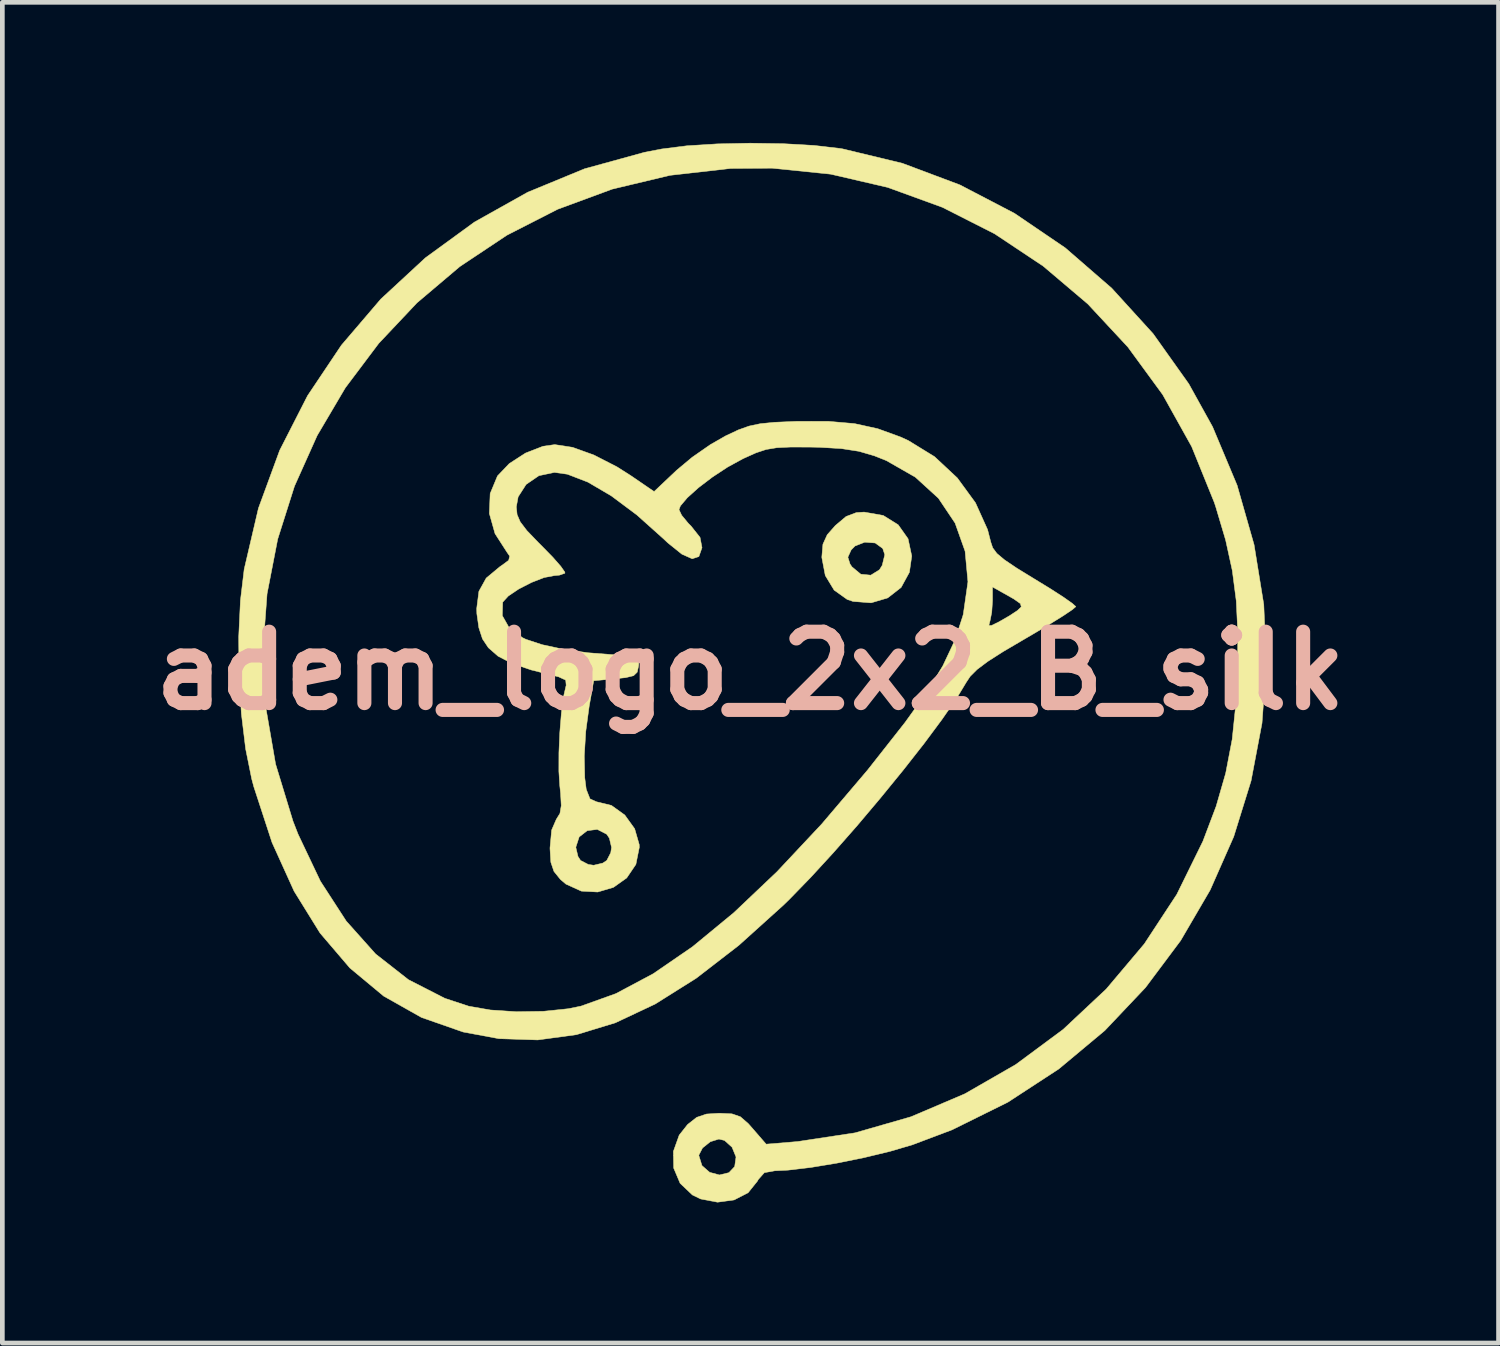
<source format=kicad_pcb>
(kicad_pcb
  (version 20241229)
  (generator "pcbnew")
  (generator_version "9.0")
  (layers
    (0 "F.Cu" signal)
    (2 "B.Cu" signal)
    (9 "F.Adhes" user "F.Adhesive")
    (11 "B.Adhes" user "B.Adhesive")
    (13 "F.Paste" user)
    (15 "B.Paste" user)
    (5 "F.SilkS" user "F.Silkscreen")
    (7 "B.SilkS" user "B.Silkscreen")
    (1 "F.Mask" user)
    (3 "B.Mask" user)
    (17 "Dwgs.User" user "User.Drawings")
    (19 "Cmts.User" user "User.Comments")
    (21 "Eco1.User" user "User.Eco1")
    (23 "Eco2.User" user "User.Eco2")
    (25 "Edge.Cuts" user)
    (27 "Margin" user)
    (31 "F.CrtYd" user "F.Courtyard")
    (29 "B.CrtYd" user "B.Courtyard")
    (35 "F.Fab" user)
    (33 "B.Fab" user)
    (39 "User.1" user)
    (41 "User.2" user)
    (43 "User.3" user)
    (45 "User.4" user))
  (footprint "adem_logo_2x2_B_silk"
    (layer "F.Cu")
    (at 12.961 11.262)
    (property "Reference" "adem_logo_2x2_B_silk" (at 0 0 0) (layer "B.SilkS") (effects (font (size 1.524 1.524) (thickness 0.3))))
    (attr through_hole)
    (fp_poly (pts (xy 2.834 -3.314) (xy 3.153 -3.115) (xy 3.363 -2.818) (xy 3.442 -2.448) (xy 3.392 -2.102) (xy 3.215 -1.778) (xy 2.929 -1.555) (xy 2.575 -1.45) (xy 2.19 -1.48) (xy 2.065 -1.522) (xy 1.786 -1.721) (xy 1.597 -2.033) (xy 1.524 -2.415) (xy 1.524 -2.424) (xy 2.079 -2.424) (xy 2.125 -2.279) (xy 2.165 -2.219) (xy 2.355 -2.061) (xy 2.568 -2.04) (xy 2.753 -2.155) (xy 2.812 -2.25) (xy 2.867 -2.477) (xy 2.823 -2.61) (xy 2.662 -2.727) (xy 2.44 -2.744) (xy 2.232 -2.663) (xy 2.149 -2.578) (xy 2.079 -2.424) (xy 1.524 -2.424) (xy 1.524 -2.433) (xy 1.547 -2.701) (xy 1.639 -2.903) (xy 1.812 -3.099) (xy 2.041 -3.292) (xy 2.259 -3.375) (xy 2.426 -3.386) (xy 2.834 -3.314)) (stroke (width 0.01) (type solid)) (fill yes) (layer "F.SilkS"))
    (fp_poly (pts (xy 0.702 -11.246) (xy 1.358 -11.209) (xy 1.908 -11.145) (xy 1.965 -11.136) (xy 3.242 -10.828) (xy 4.47 -10.367) (xy 5.633 -9.761) (xy 6.718 -9.023) (xy 7.709 -8.163) (xy 8.592 -7.192) (xy 9.353 -6.122) (xy 9.86 -5.207) (xy 10.384 -3.958) (xy 10.746 -2.689) (xy 10.953 -1.412) (xy 11.007 -0.139) (xy 10.915 1.118) (xy 10.682 2.347) (xy 10.312 3.538) (xy 9.809 4.678) (xy 9.18 5.755) (xy 8.429 6.759) (xy 7.561 7.676) (xy 6.58 8.495) (xy 5.492 9.205) (xy 4.302 9.794) (xy 3.459 10.112) (xy 2.98 10.253) (xy 2.425 10.387) (xy 1.843 10.505) (xy 1.286 10.597) (xy 0.802 10.654) (xy 0.516 10.668) (xy 0.297 10.708) (xy 0.166 10.856) (xy 0.151 10.886) (xy -0.049 11.136) (xy -0.348 11.29) (xy -0.701 11.338) (xy -1.062 11.269) (xy -1.238 11.184) (xy -1.5 10.935) (xy -1.637 10.611) (xy -1.642 10.341) (xy -1.101 10.341) (xy -1.034 10.557) (xy -0.87 10.701) (xy -0.661 10.757) (xy -0.459 10.708) (xy -0.336 10.578) (xy -0.307 10.373) (xy -0.392 10.165) (xy -0.553 10.02) (xy -0.673 9.991) (xy -0.856 10.048) (xy -1.022 10.181) (xy -1.1 10.332) (xy -1.101 10.341) (xy -1.642 10.341) (xy -1.644 10.255) (xy -1.52 9.908) (xy -1.341 9.681) (xy -1.147 9.528) (xy -0.938 9.457) (xy -0.662 9.44) (xy -0.394 9.453) (xy -0.214 9.515) (xy -0.046 9.661) (xy 0.05 9.77) (xy 0.336 10.1) (xy 1.01 10.044) (xy 2.234 9.858) (xy 3.427 9.515) (xy 4.574 9.026) (xy 5.661 8.401) (xy 6.671 7.653) (xy 7.591 6.791) (xy 8.404 5.827) (xy 9.097 4.771) (xy 9.654 3.638) (xy 9.937 2.89) (xy 10.141 2.183) (xy 10.279 1.462) (xy 10.361 0.67) (xy 10.391 0.042) (xy 10.4 -0.779) (xy 10.366 -1.489) (xy 10.281 -2.141) (xy 10.139 -2.79) (xy 9.931 -3.489) (xy 9.898 -3.59) (xy 9.415 -4.782) (xy 8.796 -5.892) (xy 8.052 -6.909) (xy 7.198 -7.827) (xy 6.245 -8.635) (xy 5.208 -9.325) (xy 4.098 -9.888) (xy 2.928 -10.314) (xy 1.712 -10.596) (xy 0.463 -10.724) (xy -0.423 -10.718) (xy -1.717 -10.571) (xy -2.948 -10.277) (xy -4.111 -9.848) (xy -5.197 -9.293) (xy -6.201 -8.624) (xy -7.114 -7.851) (xy -7.93 -6.986) (xy -8.643 -6.038) (xy -9.244 -5.019) (xy -9.728 -3.939) (xy -10.086 -2.81) (xy -10.313 -1.642) (xy -10.401 -0.445) (xy -10.342 0.77) (xy -10.131 1.991) (xy -9.76 3.208) (xy -9.652 3.485) (xy -9.175 4.489) (xy -8.623 5.341) (xy -7.997 6.042) (xy -7.296 6.591) (xy -6.52 6.988) (xy -6.011 7.156) (xy -5.549 7.237) (xy -4.994 7.274) (xy -4.416 7.265) (xy -3.885 7.21) (xy -3.616 7.155) (xy -2.871 6.888) (xy -2.075 6.464) (xy -1.235 5.887) (xy -0.353 5.16) (xy 0.566 4.288) (xy 1.518 3.273) (xy 2.499 2.119) (xy 3.3 1.101) (xy 3.759 0.462) (xy 4.105 -0.105) (xy 4.356 -0.637) (xy 4.466 -0.967) (xy 5.087 -0.967) (xy 5.145 -0.967) (xy 5.3 -1.043) (xy 5.526 -1.173) (xy 5.699 -1.287) (xy 5.779 -1.364) (xy 5.761 -1.433) (xy 5.624 -1.53) (xy 5.509 -1.596) (xy 5.165 -1.789) (xy 5.165 -1.494) (xy 5.149 -1.25) (xy 5.112 -1.063) (xy 5.11 -1.057) (xy 5.087 -0.967) (xy 4.466 -0.967) (xy 4.531 -1.167) (xy 4.542 -1.207) (xy 4.641 -1.899) (xy 4.58 -2.552) (xy 4.367 -3.151) (xy 4.011 -3.682) (xy 3.519 -4.131) (xy 2.9 -4.485) (xy 2.644 -4.587) (xy 2.315 -4.683) (xy 1.94 -4.741) (xy 1.467 -4.769) (xy 1.27 -4.773) (xy 0.859 -4.774) (xy 0.564 -4.76) (xy 0.335 -4.722) (xy 0.12 -4.651) (xy -0.134 -4.537) (xy -0.169 -4.52) (xy -0.486 -4.347) (xy -0.81 -4.134) (xy -1.108 -3.907) (xy -1.347 -3.692) (xy -1.494 -3.518) (xy -1.524 -3.438) (xy -1.467 -3.318) (xy -1.325 -3.146) (xy -1.266 -3.087) (xy -1.075 -2.846) (xy -1.033 -2.627) (xy -1.1 -2.437) (xy -1.242 -2.39) (xy -1.462 -2.488) (xy -1.763 -2.73) (xy -1.852 -2.814) (xy -2.423 -3.325) (xy -2.968 -3.732) (xy -3.467 -4.025) (xy -3.905 -4.194) (xy -4.182 -4.233) (xy -4.513 -4.163) (xy -4.785 -3.977) (xy -4.956 -3.711) (xy -4.995 -3.496) (xy -4.978 -3.332) (xy -4.911 -3.177) (xy -4.771 -2.993) (xy -4.532 -2.744) (xy -4.452 -2.664) (xy -4.217 -2.424) (xy -4.046 -2.229) (xy -3.96 -2.106) (xy -3.958 -2.082) (xy -4.074 -2.041) (xy -4.184 -2.031) (xy -4.4 -1.99) (xy -4.67 -1.885) (xy -4.943 -1.745) (xy -5.165 -1.596) (xy -5.282 -1.468) (xy -5.286 -1.458) (xy -5.294 -1.177) (xy -5.148 -0.919) (xy -4.864 -0.707) (xy -4.789 -0.671) (xy -4.444 -0.557) (xy -3.986 -0.458) (xy -3.469 -0.385) (xy -2.949 -0.345) (xy -2.767 -0.341) (xy -2.523 -0.334) (xy -2.407 -0.298) (xy -2.378 -0.21) (xy -2.386 -0.106) (xy -2.415 0.029) (xy -2.493 0.105) (xy -2.662 0.146) (xy -2.879 0.169) (xy -3.344 0.212) (xy -3.441 0.762) (xy -3.513 1.295) (xy -3.545 1.82) (xy -3.535 2.28) (xy -3.503 2.529) (xy -3.423 2.732) (xy -3.287 2.794) (xy -2.966 2.872) (xy -2.681 3.077) (xy -2.47 3.37) (xy -2.373 3.707) (xy -2.371 3.768) (xy -2.444 4.131) (xy -2.64 4.42) (xy -2.923 4.621) (xy -3.258 4.72) (xy -3.607 4.701) (xy -3.937 4.551) (xy -4.056 4.449) (xy -4.192 4.28) (xy -4.258 4.085) (xy -4.276 3.796) (xy -4.276 3.775) (xy -4.275 3.768) (xy -3.725 3.768) (xy -3.679 3.962) (xy -3.624 4.047) (xy -3.459 4.132) (xy -3.344 4.149) (xy -3.15 4.103) (xy -3.065 4.047) (xy -2.98 3.882) (xy -2.963 3.768) (xy -3.009 3.573) (xy -3.065 3.488) (xy -3.267 3.384) (xy -3.482 3.411) (xy -3.654 3.545) (xy -3.725 3.763) (xy -3.725 3.768) (xy -4.275 3.768) (xy -4.241 3.398) (xy -4.14 3.165) (xy -4.138 3.163) (xy -4.064 3.043) (xy -4.036 2.877) (xy -4.05 2.616) (xy -4.067 2.458) (xy -4.087 2.144) (xy -4.086 1.747) (xy -4.067 1.316) (xy -4.033 0.901) (xy -3.988 0.552) (xy -3.934 0.32) (xy -3.931 0.312) (xy -3.941 0.199) (xy -4.094 0.128) (xy -4.12 0.122) (xy -4.676 -0.018) (xy -5.089 -0.158) (xy -5.385 -0.312) (xy -5.591 -0.492) (xy -5.717 -0.681) (xy -5.794 -0.917) (xy -5.837 -1.219) (xy -5.84 -1.329) (xy -5.793 -1.696) (xy -5.637 -1.978) (xy -5.343 -2.223) (xy -5.31 -2.245) (xy -5.158 -2.357) (xy -5.136 -2.446) (xy -5.194 -2.53) (xy -5.449 -2.926) (xy -5.57 -3.356) (xy -5.553 -3.781) (xy -5.397 -4.157) (xy -5.145 -4.421) (xy -4.799 -4.645) (xy -4.424 -4.791) (xy -4.174 -4.826) (xy -3.795 -4.768) (xy -3.34 -4.604) (xy -2.848 -4.352) (xy -2.554 -4.165) (xy -2.055 -3.824) (xy -1.573 -4.28) (xy -1.242 -4.556) (xy -0.854 -4.826) (xy -0.527 -5.013) (xy -0.259 -5.139) (xy -0.03 -5.221) (xy 0.211 -5.272) (xy 0.514 -5.302) (xy 0.93 -5.32) (xy 0.98 -5.322) (xy 1.657 -5.323) (xy 2.22 -5.274) (xy 2.717 -5.165) (xy 3.199 -4.99) (xy 3.368 -4.913) (xy 3.928 -4.569) (xy 4.415 -4.114) (xy 4.802 -3.584) (xy 5.06 -3.012) (xy 5.128 -2.747) (xy 5.169 -2.624) (xy 5.258 -2.504) (xy 5.421 -2.367) (xy 5.682 -2.191) (xy 6.06 -1.959) (xy 6.4 -1.751) (xy 6.679 -1.571) (xy 6.869 -1.437) (xy 6.943 -1.37) (xy 6.943 -1.369) (xy 6.873 -1.308) (xy 6.682 -1.179) (xy 6.394 -1) (xy 6.036 -0.787) (xy 5.853 -0.68) (xy 5.395 -0.411) (xy 5.065 -0.2) (xy 4.837 -0.029) (xy 4.689 0.119) (xy 4.604 0.247) (xy 4.395 0.594) (xy 4.087 1.038) (xy 3.702 1.556) (xy 3.257 2.123) (xy 2.773 2.716) (xy 2.271 3.311) (xy 1.768 3.883) (xy 1.285 4.409) (xy 0.842 4.865) (xy 0.706 4.998) (xy -0.248 5.858) (xy -1.157 6.56) (xy -2.032 7.11) (xy -2.881 7.51) (xy -3.713 7.764) (xy -4.538 7.876) (xy -5.365 7.849) (xy -6.129 7.707) (xy -7.019 7.396) (xy -7.825 6.941) (xy -8.546 6.341) (xy -9.183 5.595) (xy -9.736 4.702) (xy -10.207 3.663) (xy -10.595 2.476) (xy -10.641 2.305) (xy -10.77 1.666) (xy -10.861 0.914) (xy -10.911 0.101) (xy -10.918 -0.721) (xy -10.881 -1.5) (xy -10.801 -2.167) (xy -10.497 -3.468) (xy -10.043 -4.705) (xy -9.449 -5.869) (xy -8.726 -6.948) (xy -7.885 -7.932) (xy -6.935 -8.811) (xy -5.888 -9.574) (xy -4.753 -10.21) (xy -3.541 -10.71) (xy -2.262 -11.062) (xy -1.895 -11.133) (xy -1.359 -11.201) (xy -0.711 -11.242) (xy -0.006 -11.257) (xy 0.702 -11.246)) (stroke (width 0.01) (type solid)) (fill yes) (layer "F.SilkS")))
  (gr_rect
    (start -3 -3)
    (end 28.923 25.605)
    (stroke (width 0.1) (type default))
    (fill no)
    (layer "Edge.Cuts")))
</source>
